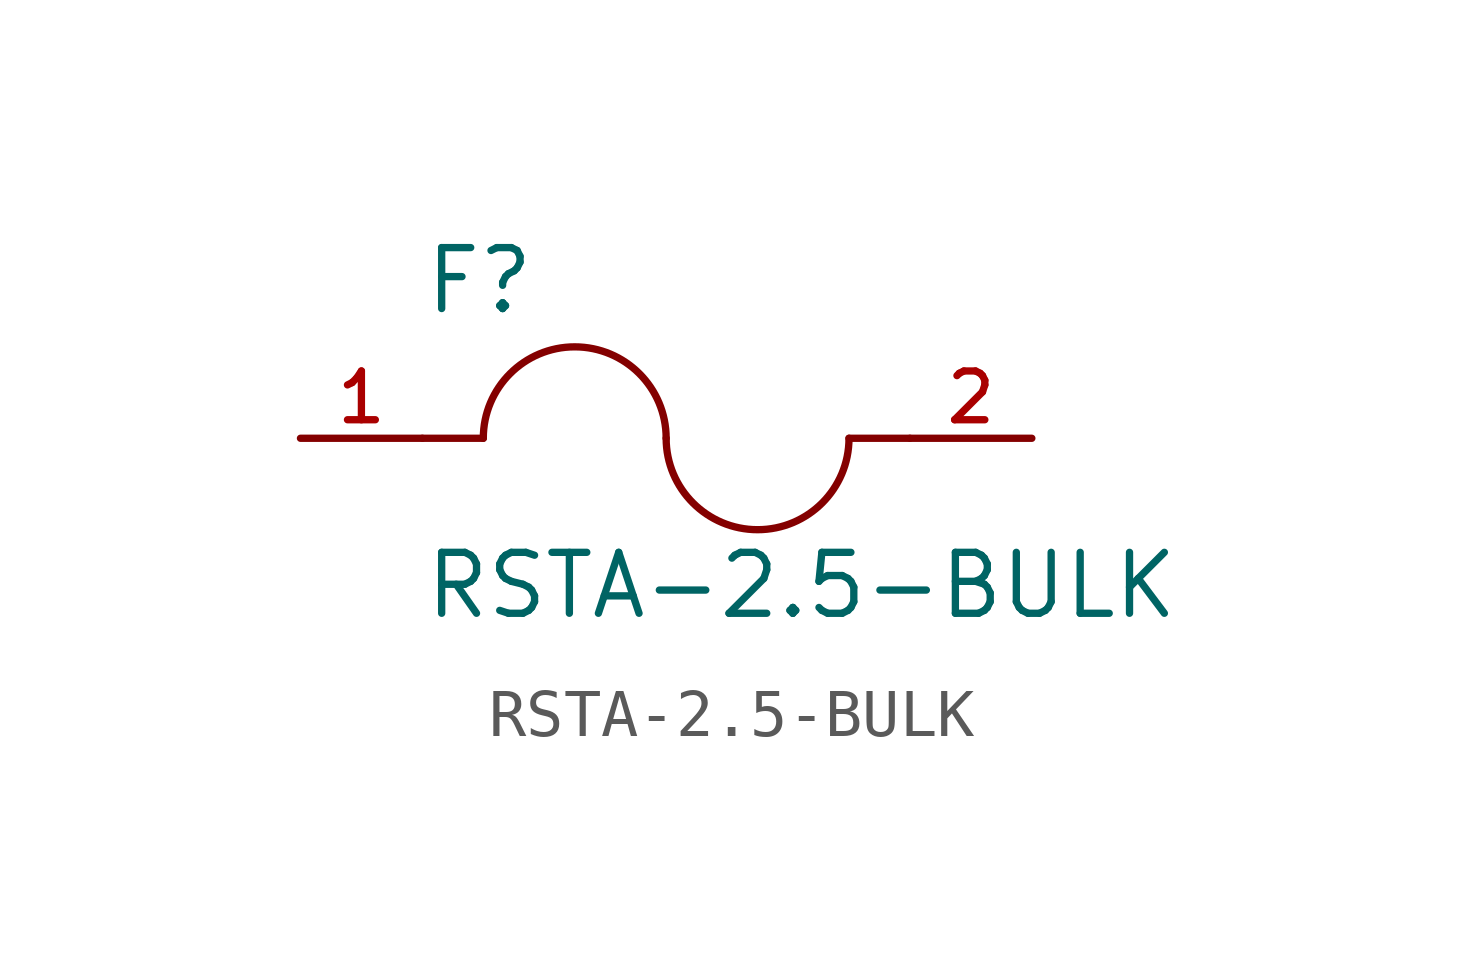
<source format=kicad_sym>
(kicad_symbol_lib
  (version 20211014)
  (generator kicad_symbol_editor)
  (symbol "RSTA-2.5-BULK"
    (pin_names
      (offset 1.016))
    (property "Reference" "F"
      (at -5.08 2.54 0)
      (effects (font (size 1.27 1.27)) (justify bottom left)))
    (property "Value" "RSTA-2.5-BULK"
      (at -5.08 -3.81 0)
      (effects (font (size 1.27 1.27)) (justify bottom left)))
    (symbol "RSTA-2.5-BULK_0_0"
      (arc (start 0.0 0.0) (mid -1.905 1.905) (end -3.81 0.0) (stroke (width 0.1524) (type default) (color 0 0 0 0)) (fill (type none)))
      (arc (start 3.81 0.0) (mid 1.905 -1.905) (end 0.0 0.0) (stroke (width 0.1524) (type default) (color 0 0 0 0)) (fill (type none)))
      (polyline (pts (xy 5.08 0.0) (xy 3.81 0.0)) (stroke (width 0.152)))
      (polyline (pts (xy -5.08 0.0) (xy -3.81 0.0)) (stroke (width 0.152)))
      (pin passive line (at -7.62 0.0 0) (length 2.54) (name "~" (effects (font (size 1.016 1.016)))) (number "1" (effects (font (size 1.016 1.016)))))
      (pin passive line (at 7.62 0.0 180.0) (length 2.54) (name "~" (effects (font (size 1.016 1.016)))) (number "2" (effects (font (size 1.016 1.016))))))))
</source>
